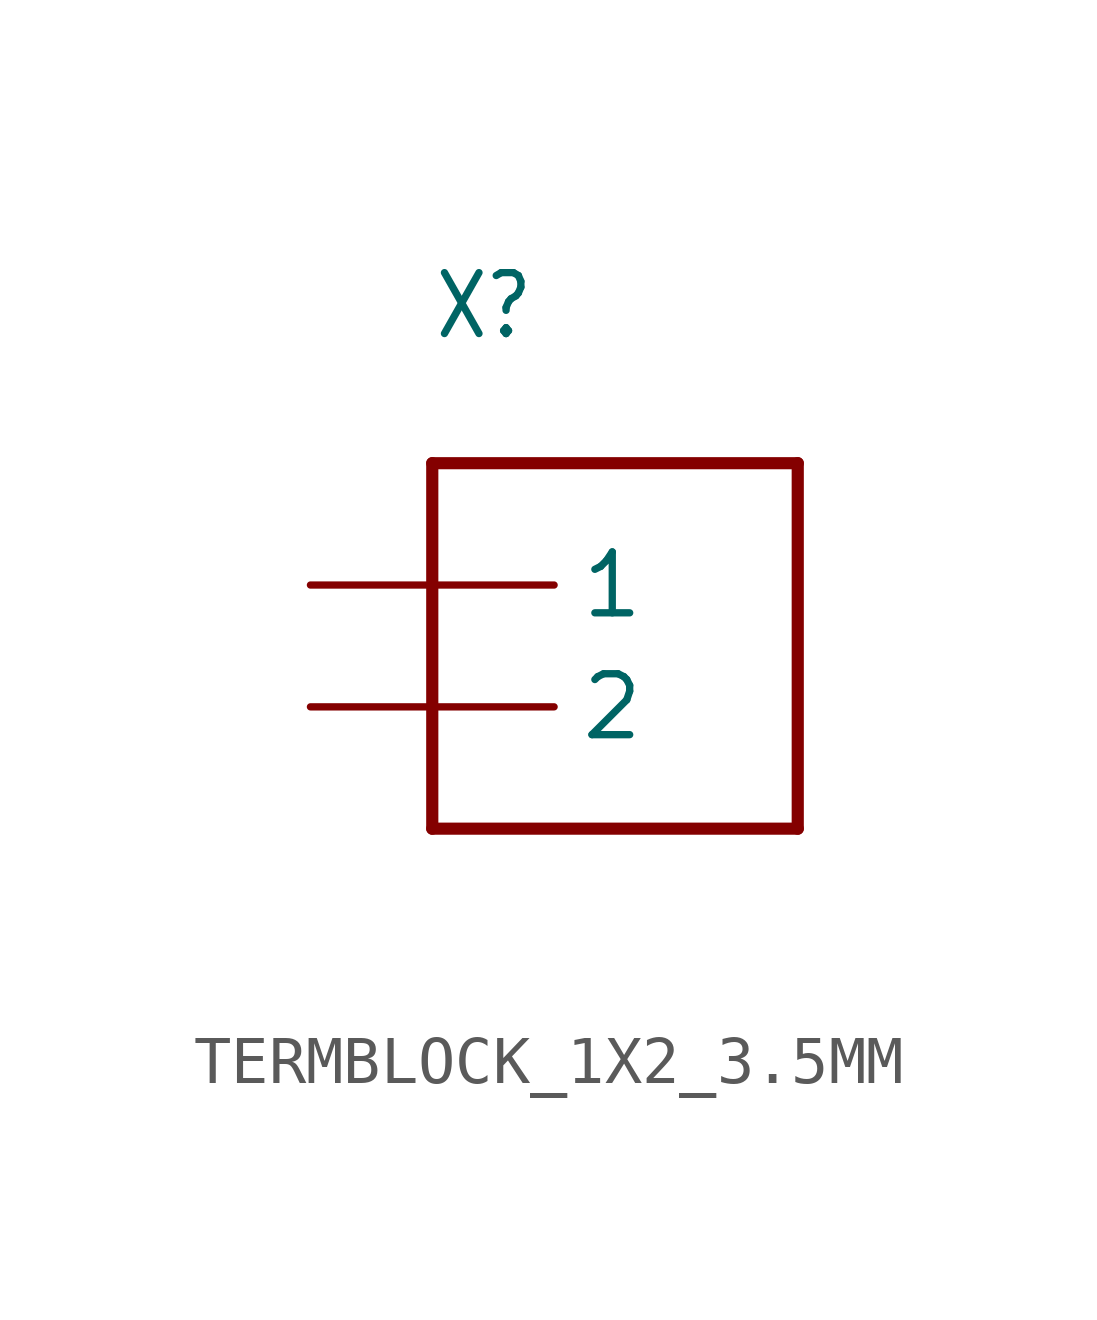
<source format=kicad_sym>
(kicad_symbol_lib
  (version 20231120)
  (generator "kicad_symbol_editor")
  (generator_version "8.0")
  (symbol "TERMBLOCK_1X2_3.5MM"
    (property "Reference" "X"
      (at -2.54 7.62 0)
      (effects (font (size 1.27 1.079)) (justify left bottom)))
    (property "Value" ""
      (at -2.54 -5.08 0)
      (effects (font (size 1.27 1.079)) (justify left bottom)))
    (property "ki_locked" ""
      (at 0 0 0)
      (effects (font (size 1.27 1.27))))
    (symbol "TERMBLOCK_1X2_3.5MM_1_0"
      (polyline (pts (xy -2.54 -2.54) (xy 5.08 -2.54)) (stroke (width 0.254) (type solid)) (fill (type none)))
      (polyline (pts (xy -2.54 5.08) (xy -2.54 -2.54)) (stroke (width 0.254) (type solid)) (fill (type none)))
      (polyline (pts (xy 5.08 -2.54) (xy 5.08 5.08)) (stroke (width 0.254) (type solid)) (fill (type none)))
      (polyline (pts (xy 5.08 5.08) (xy -2.54 5.08)) (stroke (width 0.254) (type solid)) (fill (type none)))
      (pin passive line (at -5.08 2.54 0) (length 5.08) (name "1" (effects (font (size 1.27 1.27)))) (number "1" (effects (font (size 0 0)))))
      (pin passive line (at -5.08 0 0) (length 5.08) (name "2" (effects (font (size 1.27 1.27)))) (number "2" (effects (font (size 0 0))))))))
</source>
